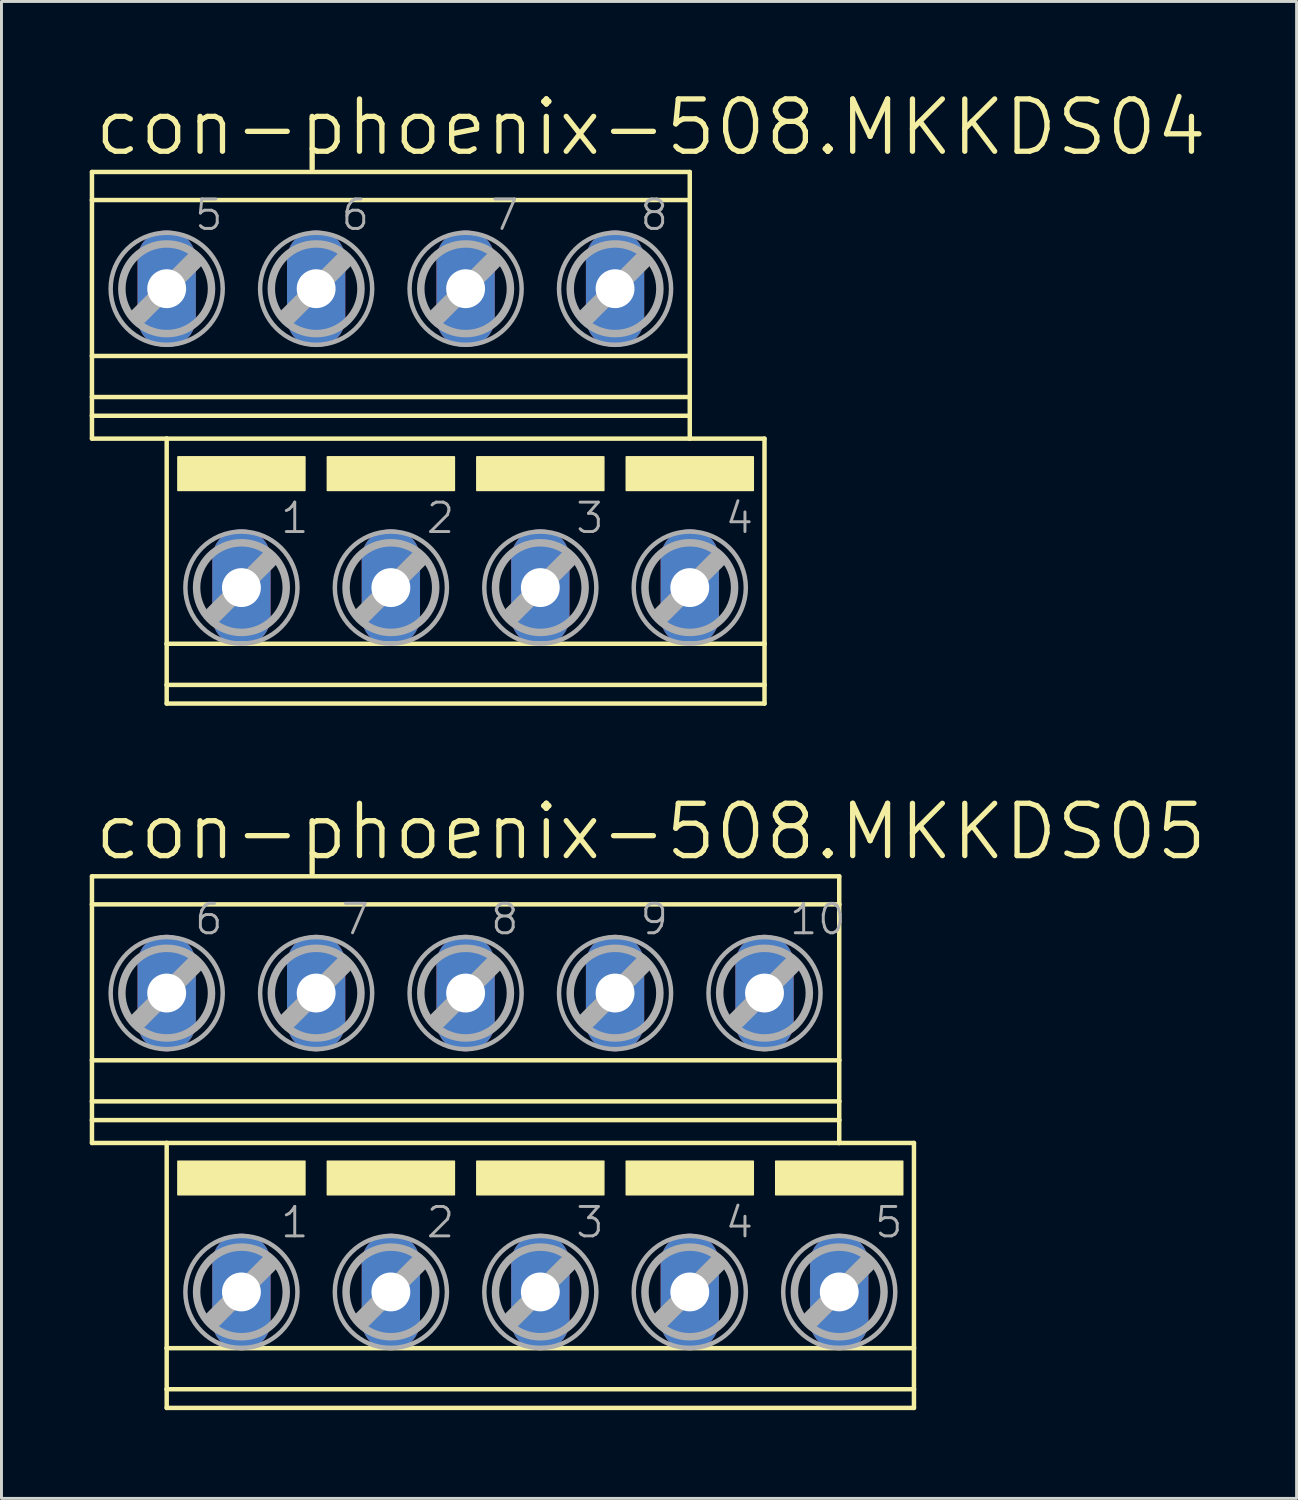
<source format=kicad_pcb>
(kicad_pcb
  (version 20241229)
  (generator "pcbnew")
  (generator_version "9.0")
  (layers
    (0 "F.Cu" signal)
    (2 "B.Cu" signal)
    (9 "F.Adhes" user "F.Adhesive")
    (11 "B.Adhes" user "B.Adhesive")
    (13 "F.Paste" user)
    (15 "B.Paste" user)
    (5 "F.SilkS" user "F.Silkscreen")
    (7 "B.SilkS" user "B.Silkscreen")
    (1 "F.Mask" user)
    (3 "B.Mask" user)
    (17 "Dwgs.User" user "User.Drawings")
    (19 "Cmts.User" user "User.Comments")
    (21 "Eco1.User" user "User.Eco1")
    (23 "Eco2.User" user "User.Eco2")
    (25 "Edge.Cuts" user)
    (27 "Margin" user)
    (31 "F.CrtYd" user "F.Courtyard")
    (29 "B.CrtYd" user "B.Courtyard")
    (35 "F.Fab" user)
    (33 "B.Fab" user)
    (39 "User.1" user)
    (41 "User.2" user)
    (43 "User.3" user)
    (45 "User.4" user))
  (footprint "con-phoenix-508.MKKDS04"
    (layer "F.Cu")
    (at 11.506 11.843)
    (property "Reference" "con-phoenix-508.MKKDS04" (at -11.43 -9.525 0) (layer "F.SilkS") (effects (font (size 1.778 1.778) (thickness 0.18)) (justify left bottom)))
    (attr through_hole)
    (fp_line (start -11.43 -9.047) (end -11.43 -8.094) (stroke (width 0.152) (type default)) (layer "F.SilkS"))
    (fp_line (start -11.43 -9.047) (end 8.89 -9.047) (stroke (width 0.152) (type default)) (layer "F.SilkS"))
    (fp_line (start -11.43 -8.094) (end -11.43 -2.794) (stroke (width 0.152) (type default)) (layer "F.SilkS"))
    (fp_line (start -11.43 -8.094) (end 8.89 -8.094) (stroke (width 0.152) (type default)) (layer "F.SilkS"))
    (fp_line (start -11.43 -2.794) (end -11.43 -1.397) (stroke (width 0.152) (type default)) (layer "F.SilkS"))
    (fp_line (start -11.43 -2.794) (end 8.89 -2.794) (stroke (width 0.152) (type default)) (layer "F.SilkS"))
    (fp_line (start -11.43 -1.397) (end -11.43 -0.762) (stroke (width 0.152) (type default)) (layer "F.SilkS"))
    (fp_line (start -11.43 -1.397) (end 8.89 -1.397) (stroke (width 0.152) (type default)) (layer "F.SilkS"))
    (fp_line (start -11.43 -0.762) (end -11.43 0.016) (stroke (width 0.152) (type default)) (layer "F.SilkS"))
    (fp_line (start -11.43 -0.762) (end 8.89 -0.762) (stroke (width 0.152) (type default)) (layer "F.SilkS"))
    (fp_line (start -11.43 0.016) (end -8.89 0.016) (stroke (width 0.152) (type default)) (layer "F.SilkS"))
    (fp_line (start -8.89 0.016) (end -8.89 6.99) (stroke (width 0.152) (type default)) (layer "F.SilkS"))
    (fp_line (start -8.89 0.016) (end 8.89 0.016) (stroke (width 0.152) (type default)) (layer "F.SilkS"))
    (fp_line (start -8.89 6.99) (end -8.89 8.387) (stroke (width 0.152) (type default)) (layer "F.SilkS"))
    (fp_line (start -8.89 6.99) (end 11.43 6.99) (stroke (width 0.152) (type default)) (layer "F.SilkS"))
    (fp_line (start -8.89 8.387) (end -8.89 9.022) (stroke (width 0.152) (type default)) (layer "F.SilkS"))
    (fp_line (start -8.89 8.387) (end 11.43 8.387) (stroke (width 0.152) (type default)) (layer "F.SilkS"))
    (fp_line (start -8.89 9.022) (end 11.43 9.022) (stroke (width 0.152) (type default)) (layer "F.SilkS"))
    (fp_line (start 8.89 -9.047) (end 8.89 -8.094) (stroke (width 0.152) (type default)) (layer "F.SilkS"))
    (fp_line (start 8.89 -8.094) (end 8.89 -2.794) (stroke (width 0.152) (type default)) (layer "F.SilkS"))
    (fp_line (start 8.89 -2.794) (end 8.89 -1.397) (stroke (width 0.152) (type default)) (layer "F.SilkS"))
    (fp_line (start 8.89 -1.397) (end 8.89 -0.762) (stroke (width 0.152) (type default)) (layer "F.SilkS"))
    (fp_line (start 8.89 -0.762) (end 8.89 0.016) (stroke (width 0.152) (type default)) (layer "F.SilkS"))
    (fp_line (start 11.43 0.016) (end 8.89 0.016) (stroke (width 0.152) (type default)) (layer "F.SilkS"))
    (fp_line (start 11.43 0.016) (end 11.43 6.99) (stroke (width 0.152) (type default)) (layer "F.SilkS"))
    (fp_line (start 11.43 6.99) (end 11.43 8.387) (stroke (width 0.152) (type default)) (layer "F.SilkS"))
    (fp_line (start 11.43 8.387) (end 11.43 9.022) (stroke (width 0.152) (type default)) (layer "F.SilkS"))
    (fp_rect (start -8.509 1.778) (end -4.191 0.635) (stroke (width 0.05) (type default)) (fill yes) (layer "F.SilkS"))
    (fp_rect (start -3.429 1.778) (end 0.889 0.635) (stroke (width 0.05) (type default)) (fill yes) (layer "F.SilkS"))
    (fp_rect (start 1.651 1.778) (end 5.969 0.635) (stroke (width 0.05) (type default)) (fill yes) (layer "F.SilkS"))
    (fp_rect (start 6.731 1.778) (end 11.049 0.635) (stroke (width 0.05) (type default)) (fill yes) (layer "F.SilkS"))
    (fp_line (start -9.83 -4.163) (end -7.976 -6.017) (stroke (width 0.61) (type default)) (layer "F.Fab"))
    (fp_line (start -7.29 5.994) (end -5.436 4.14) (stroke (width 0.61) (type default)) (layer "F.Fab"))
    (fp_line (start -4.75 -4.163) (end -2.896 -6.017) (stroke (width 0.61) (type default)) (layer "F.Fab"))
    (fp_line (start -2.21 5.994) (end -0.356 4.14) (stroke (width 0.61) (type default)) (layer "F.Fab"))
    (fp_line (start 0.33 -4.163) (end 2.184 -6.017) (stroke (width 0.61) (type default)) (layer "F.Fab"))
    (fp_line (start 2.87 5.994) (end 4.724 4.14) (stroke (width 0.61) (type default)) (layer "F.Fab"))
    (fp_line (start 5.41 -4.163) (end 7.264 -6.017) (stroke (width 0.61) (type default)) (layer "F.Fab"))
    (fp_line (start 7.95 5.994) (end 9.804 4.14) (stroke (width 0.61) (type default)) (layer "F.Fab"))
    (fp_circle (center -8.89 -5.077) (end -7.366 -5.077) (stroke (width 0.254) (type default)) (fill no) (layer "F.Fab"))
    (fp_circle (center -8.89 -5.077) (end -6.985 -5.077) (stroke (width 0.152) (type default)) (fill no) (layer "F.Fab"))
    (fp_circle (center -6.35 5.08) (end -4.826 5.08) (stroke (width 0.254) (type default)) (fill no) (layer "F.Fab"))
    (fp_circle (center -6.35 5.08) (end -4.445 5.08) (stroke (width 0.152) (type default)) (fill no) (layer "F.Fab"))
    (fp_circle (center -3.81 -5.077) (end -2.286 -5.077) (stroke (width 0.254) (type default)) (fill no) (layer "F.Fab"))
    (fp_circle (center -3.81 -5.077) (end -1.905 -5.077) (stroke (width 0.152) (type default)) (fill no) (layer "F.Fab"))
    (fp_circle (center -1.27 5.08) (end 0.254 5.08) (stroke (width 0.254) (type default)) (fill no) (layer "F.Fab"))
    (fp_circle (center -1.27 5.08) (end 0.635 5.08) (stroke (width 0.152) (type default)) (fill no) (layer "F.Fab"))
    (fp_circle (center 1.27 -5.077) (end 2.794 -5.077) (stroke (width 0.254) (type default)) (fill no) (layer "F.Fab"))
    (fp_circle (center 1.27 -5.077) (end 3.175 -5.077) (stroke (width 0.152) (type default)) (fill no) (layer "F.Fab"))
    (fp_circle (center 3.81 5.08) (end 5.334 5.08) (stroke (width 0.254) (type default)) (fill no) (layer "F.Fab"))
    (fp_circle (center 3.81 5.08) (end 5.715 5.08) (stroke (width 0.152) (type default)) (fill no) (layer "F.Fab"))
    (fp_circle (center 6.35 -5.077) (end 7.874 -5.077) (stroke (width 0.254) (type default)) (fill no) (layer "F.Fab"))
    (fp_circle (center 6.35 -5.077) (end 8.255 -5.077) (stroke (width 0.152) (type default)) (fill no) (layer "F.Fab"))
    (fp_circle (center 8.89 5.08) (end 10.414 5.08) (stroke (width 0.254) (type default)) (fill no) (layer "F.Fab"))
    (fp_circle (center 8.89 5.08) (end 10.795 5.08) (stroke (width 0.152) (type default)) (fill no) (layer "F.Fab"))
    (fp_text user "8" (at 7.139 -7.001 0) (layer "F.Fab") (effects (font (size 1 1) (thickness 0.1)) (justify left bottom)))
    (fp_text user "1" (at -5.08 3.302 0) (layer "F.Fab") (effects (font (size 1 1) (thickness 0.1)) (justify left bottom)))
    (fp_text user "2" (at -0.127 3.302 0) (layer "F.Fab") (effects (font (size 1 1) (thickness 0.1)) (justify left bottom)))
    (fp_text user "6" (at -3.021 -7.001 0) (layer "F.Fab") (effects (font (size 1 1) (thickness 0.1)) (justify left bottom)))
    (fp_text user "7" (at 2.059 -7.001 0) (layer "F.Fab") (effects (font (size 1 1) (thickness 0.1)) (justify left bottom)))
    (fp_text user "4" (at 10.033 3.302 0) (layer "F.Fab") (effects (font (size 1 1) (thickness 0.1)) (justify left bottom)))
    (fp_text user "3" (at 4.953 3.302 0) (layer "F.Fab") (effects (font (size 1 1) (thickness 0.1)) (justify left bottom)))
    (fp_text user "5" (at -8.001 -7.001 0) (layer "F.Fab") (effects (font (size 1 1) (thickness 0.1)) (justify left bottom)))
    (pad "1" thru_hole oval (at -6.35 5.08 90) (size 3.962 1.981) (drill 1.321) (layers "*.Cu" "*.Mask"))
    (pad "2" thru_hole oval (at -1.27 5.08 90) (size 3.962 1.981) (drill 1.321) (layers "*.Cu" "*.Mask"))
    (pad "3" thru_hole oval (at 3.81 5.08 90) (size 3.962 1.981) (drill 1.321) (layers "*.Cu" "*.Mask"))
    (pad "4" thru_hole oval (at 8.89 5.08 90) (size 3.962 1.981) (drill 1.321) (layers "*.Cu" "*.Mask"))
    (pad "5" thru_hole oval (at -8.89 -5.08 90) (size 3.962 1.981) (drill 1.321) (layers "*.Cu" "*.Mask"))
    (pad "6" thru_hole oval (at -3.81 -5.08 90) (size 3.962 1.981) (drill 1.321) (layers "*.Cu" "*.Mask"))
    (pad "7" thru_hole oval (at 1.27 -5.08 90) (size 3.962 1.981) (drill 1.321) (layers "*.Cu" "*.Mask"))
    (pad "8" thru_hole oval (at 6.35 -5.08 90) (size 3.962 1.981) (drill 1.321) (layers "*.Cu" "*.Mask")))
  (footprint "con-phoenix-508.MKKDS05"
    (layer "F.Cu")
    (at 14.046 35.784)
    (property "Reference" "con-phoenix-508.MKKDS05" (at -13.97 -9.525 0) (layer "F.SilkS") (effects (font (size 1.778 1.778) (thickness 0.18)) (justify left bottom)))
    (attr through_hole)
    (fp_line (start -13.97 -9.047) (end -13.97 -8.094) (stroke (width 0.152) (type default)) (layer "F.SilkS"))
    (fp_line (start -13.97 -9.047) (end 11.43 -9.047) (stroke (width 0.152) (type default)) (layer "F.SilkS"))
    (fp_line (start -13.97 -8.094) (end -13.97 -2.794) (stroke (width 0.152) (type default)) (layer "F.SilkS"))
    (fp_line (start -13.97 -8.094) (end 11.43 -8.094) (stroke (width 0.152) (type default)) (layer "F.SilkS"))
    (fp_line (start -13.97 -2.794) (end -13.97 -1.397) (stroke (width 0.152) (type default)) (layer "F.SilkS"))
    (fp_line (start -13.97 -2.794) (end 11.43 -2.794) (stroke (width 0.152) (type default)) (layer "F.SilkS"))
    (fp_line (start -13.97 -1.397) (end -13.97 -0.762) (stroke (width 0.152) (type default)) (layer "F.SilkS"))
    (fp_line (start -13.97 -1.397) (end 11.43 -1.397) (stroke (width 0.152) (type default)) (layer "F.SilkS"))
    (fp_line (start -13.97 -0.762) (end -13.97 0.016) (stroke (width 0.152) (type default)) (layer "F.SilkS"))
    (fp_line (start -13.97 -0.762) (end 11.43 -0.762) (stroke (width 0.152) (type default)) (layer "F.SilkS"))
    (fp_line (start -13.97 0.016) (end -11.43 0.016) (stroke (width 0.152) (type default)) (layer "F.SilkS"))
    (fp_line (start -11.43 0.016) (end -11.43 6.99) (stroke (width 0.152) (type default)) (layer "F.SilkS"))
    (fp_line (start -11.43 0.016) (end 11.43 0.016) (stroke (width 0.152) (type default)) (layer "F.SilkS"))
    (fp_line (start -11.43 6.99) (end -11.43 8.387) (stroke (width 0.152) (type default)) (layer "F.SilkS"))
    (fp_line (start -11.43 6.99) (end 13.97 6.99) (stroke (width 0.152) (type default)) (layer "F.SilkS"))
    (fp_line (start -11.43 8.387) (end -11.43 9.022) (stroke (width 0.152) (type default)) (layer "F.SilkS"))
    (fp_line (start -11.43 8.387) (end 13.97 8.387) (stroke (width 0.152) (type default)) (layer "F.SilkS"))
    (fp_line (start -11.43 9.022) (end 13.97 9.022) (stroke (width 0.152) (type default)) (layer "F.SilkS"))
    (fp_line (start 11.43 -9.047) (end 11.43 -8.094) (stroke (width 0.152) (type default)) (layer "F.SilkS"))
    (fp_line (start 11.43 -8.094) (end 11.43 -2.794) (stroke (width 0.152) (type default)) (layer "F.SilkS"))
    (fp_line (start 11.43 -2.794) (end 11.43 -1.397) (stroke (width 0.152) (type default)) (layer "F.SilkS"))
    (fp_line (start 11.43 -1.397) (end 11.43 -0.762) (stroke (width 0.152) (type default)) (layer "F.SilkS"))
    (fp_line (start 11.43 -0.762) (end 11.43 0.016) (stroke (width 0.152) (type default)) (layer "F.SilkS"))
    (fp_line (start 13.97 0.016) (end 11.43 0.016) (stroke (width 0.152) (type default)) (layer "F.SilkS"))
    (fp_line (start 13.97 0.016) (end 13.97 6.99) (stroke (width 0.152) (type default)) (layer "F.SilkS"))
    (fp_line (start 13.97 6.99) (end 13.97 8.387) (stroke (width 0.152) (type default)) (layer "F.SilkS"))
    (fp_line (start 13.97 8.387) (end 13.97 9.022) (stroke (width 0.152) (type default)) (layer "F.SilkS"))
    (fp_rect (start -11.049 1.778) (end -6.731 0.635) (stroke (width 0.05) (type default)) (fill yes) (layer "F.SilkS"))
    (fp_rect (start -5.969 1.778) (end -1.651 0.635) (stroke (width 0.05) (type default)) (fill yes) (layer "F.SilkS"))
    (fp_rect (start -0.889 1.778) (end 3.429 0.635) (stroke (width 0.05) (type default)) (fill yes) (layer "F.SilkS"))
    (fp_rect (start 4.191 1.778) (end 8.509 0.635) (stroke (width 0.05) (type default)) (fill yes) (layer "F.SilkS"))
    (fp_rect (start 9.271 1.778) (end 13.589 0.635) (stroke (width 0.05) (type default)) (fill yes) (layer "F.SilkS"))
    (fp_line (start -12.37 -4.163) (end -10.516 -6.017) (stroke (width 0.61) (type default)) (layer "F.Fab"))
    (fp_line (start -9.83 5.994) (end -7.976 4.14) (stroke (width 0.61) (type default)) (layer "F.Fab"))
    (fp_line (start -7.29 -4.163) (end -5.436 -6.017) (stroke (width 0.61) (type default)) (layer "F.Fab"))
    (fp_line (start -4.75 5.994) (end -2.896 4.14) (stroke (width 0.61) (type default)) (layer "F.Fab"))
    (fp_line (start -2.21 -4.163) (end -0.356 -6.017) (stroke (width 0.61) (type default)) (layer "F.Fab"))
    (fp_line (start 0.33 5.994) (end 2.184 4.14) (stroke (width 0.61) (type default)) (layer "F.Fab"))
    (fp_line (start 2.87 -4.163) (end 4.724 -6.017) (stroke (width 0.61) (type default)) (layer "F.Fab"))
    (fp_line (start 5.41 5.994) (end 7.264 4.14) (stroke (width 0.61) (type default)) (layer "F.Fab"))
    (fp_line (start 7.95 -4.163) (end 9.804 -6.017) (stroke (width 0.61) (type default)) (layer "F.Fab"))
    (fp_line (start 10.49 5.994) (end 12.344 4.14) (stroke (width 0.61) (type default)) (layer "F.Fab"))
    (fp_circle (center -11.43 -5.077) (end -9.906 -5.077) (stroke (width 0.254) (type default)) (fill no) (layer "F.Fab"))
    (fp_circle (center -11.43 -5.077) (end -9.525 -5.077) (stroke (width 0.152) (type default)) (fill no) (layer "F.Fab"))
    (fp_circle (center -8.89 5.08) (end -7.366 5.08) (stroke (width 0.254) (type default)) (fill no) (layer "F.Fab"))
    (fp_circle (center -8.89 5.08) (end -6.985 5.08) (stroke (width 0.152) (type default)) (fill no) (layer "F.Fab"))
    (fp_circle (center -6.35 -5.077) (end -4.826 -5.077) (stroke (width 0.254) (type default)) (fill no) (layer "F.Fab"))
    (fp_circle (center -6.35 -5.077) (end -4.445 -5.077) (stroke (width 0.152) (type default)) (fill no) (layer "F.Fab"))
    (fp_circle (center -3.81 5.08) (end -2.286 5.08) (stroke (width 0.254) (type default)) (fill no) (layer "F.Fab"))
    (fp_circle (center -3.81 5.08) (end -1.905 5.08) (stroke (width 0.152) (type default)) (fill no) (layer "F.Fab"))
    (fp_circle (center -1.27 -5.077) (end 0.254 -5.077) (stroke (width 0.254) (type default)) (fill no) (layer "F.Fab"))
    (fp_circle (center -1.27 -5.077) (end 0.635 -5.077) (stroke (width 0.152) (type default)) (fill no) (layer "F.Fab"))
    (fp_circle (center 1.27 5.08) (end 2.794 5.08) (stroke (width 0.254) (type default)) (fill no) (layer "F.Fab"))
    (fp_circle (center 1.27 5.08) (end 3.175 5.08) (stroke (width 0.152) (type default)) (fill no) (layer "F.Fab"))
    (fp_circle (center 3.81 -5.077) (end 5.334 -5.077) (stroke (width 0.254) (type default)) (fill no) (layer "F.Fab"))
    (fp_circle (center 3.81 -5.077) (end 5.715 -5.077) (stroke (width 0.152) (type default)) (fill no) (layer "F.Fab"))
    (fp_circle (center 6.35 5.08) (end 7.874 5.08) (stroke (width 0.254) (type default)) (fill no) (layer "F.Fab"))
    (fp_circle (center 6.35 5.08) (end 8.255 5.08) (stroke (width 0.152) (type default)) (fill no) (layer "F.Fab"))
    (fp_circle (center 8.89 -5.077) (end 10.414 -5.077) (stroke (width 0.254) (type default)) (fill no) (layer "F.Fab"))
    (fp_circle (center 8.89 -5.077) (end 10.795 -5.077) (stroke (width 0.152) (type default)) (fill no) (layer "F.Fab"))
    (fp_circle (center 11.43 5.08) (end 12.954 5.08) (stroke (width 0.254) (type default)) (fill no) (layer "F.Fab"))
    (fp_circle (center 11.43 5.08) (end 13.335 5.08) (stroke (width 0.152) (type default)) (fill no) (layer "F.Fab"))
    (fp_text user "10" (at 9.679 -7.001 0) (layer "F.Fab") (effects (font (size 1 1) (thickness 0.1)) (justify left bottom)))
    (fp_text user "9" (at 4.599 -7.001 0) (layer "F.Fab") (effects (font (size 1 1) (thickness 0.1)) (justify left bottom)))
    (fp_text user "4" (at 7.493 3.302 0) (layer "F.Fab") (effects (font (size 1 1) (thickness 0.1)) (justify left bottom)))
    (fp_text user "8" (at -0.481 -7.001 0) (layer "F.Fab") (effects (font (size 1 1) (thickness 0.1)) (justify left bottom)))
    (fp_text user "7" (at -5.561 -7.001 0) (layer "F.Fab") (effects (font (size 1 1) (thickness 0.1)) (justify left bottom)))
    (fp_text user "5" (at 12.573 3.302 0) (layer "F.Fab") (effects (font (size 1 1) (thickness 0.1)) (justify left bottom)))
    (fp_text user "6" (at -10.541 -7.001 0) (layer "F.Fab") (effects (font (size 1 1) (thickness 0.1)) (justify left bottom)))
    (fp_text user "3" (at 2.413 3.302 0) (layer "F.Fab") (effects (font (size 1 1) (thickness 0.1)) (justify left bottom)))
    (fp_text user "1" (at -7.62 3.302 0) (layer "F.Fab") (effects (font (size 1 1) (thickness 0.1)) (justify left bottom)))
    (fp_text user "2" (at -2.667 3.302 0) (layer "F.Fab") (effects (font (size 1 1) (thickness 0.1)) (justify left bottom)))
    (pad "1" thru_hole oval (at -8.89 5.08 90) (size 3.962 1.981) (drill 1.321) (layers "*.Cu" "*.Mask"))
    (pad "2" thru_hole oval (at -3.81 5.08 90) (size 3.962 1.981) (drill 1.321) (layers "*.Cu" "*.Mask"))
    (pad "3" thru_hole oval (at 1.27 5.08 90) (size 3.962 1.981) (drill 1.321) (layers "*.Cu" "*.Mask"))
    (pad "4" thru_hole oval (at 6.35 5.08 90) (size 3.962 1.981) (drill 1.321) (layers "*.Cu" "*.Mask"))
    (pad "5" thru_hole oval (at 11.43 5.08 90) (size 3.962 1.981) (drill 1.321) (layers "*.Cu" "*.Mask"))
    (pad "6" thru_hole oval (at -11.43 -5.08 90) (size 3.962 1.981) (drill 1.321) (layers "*.Cu" "*.Mask"))
    (pad "7" thru_hole oval (at -6.35 -5.08 90) (size 3.962 1.981) (drill 1.321) (layers "*.Cu" "*.Mask"))
    (pad "8" thru_hole oval (at -1.27 -5.08 90) (size 3.962 1.981) (drill 1.321) (layers "*.Cu" "*.Mask"))
    (pad "9" thru_hole oval (at 3.81 -5.08 90) (size 3.962 1.981) (drill 1.321) (layers "*.Cu" "*.Mask"))
    (pad "10" thru_hole oval (at 8.89 -5.08 90) (size 3.962 1.981) (drill 1.321) (layers "*.Cu" "*.Mask")))
  (gr_rect
    (start -3 -3)
    (end 41.022 47.882)
    (stroke (width 0.1) (type default))
    (fill no)
    (layer "Edge.Cuts")))
</source>
